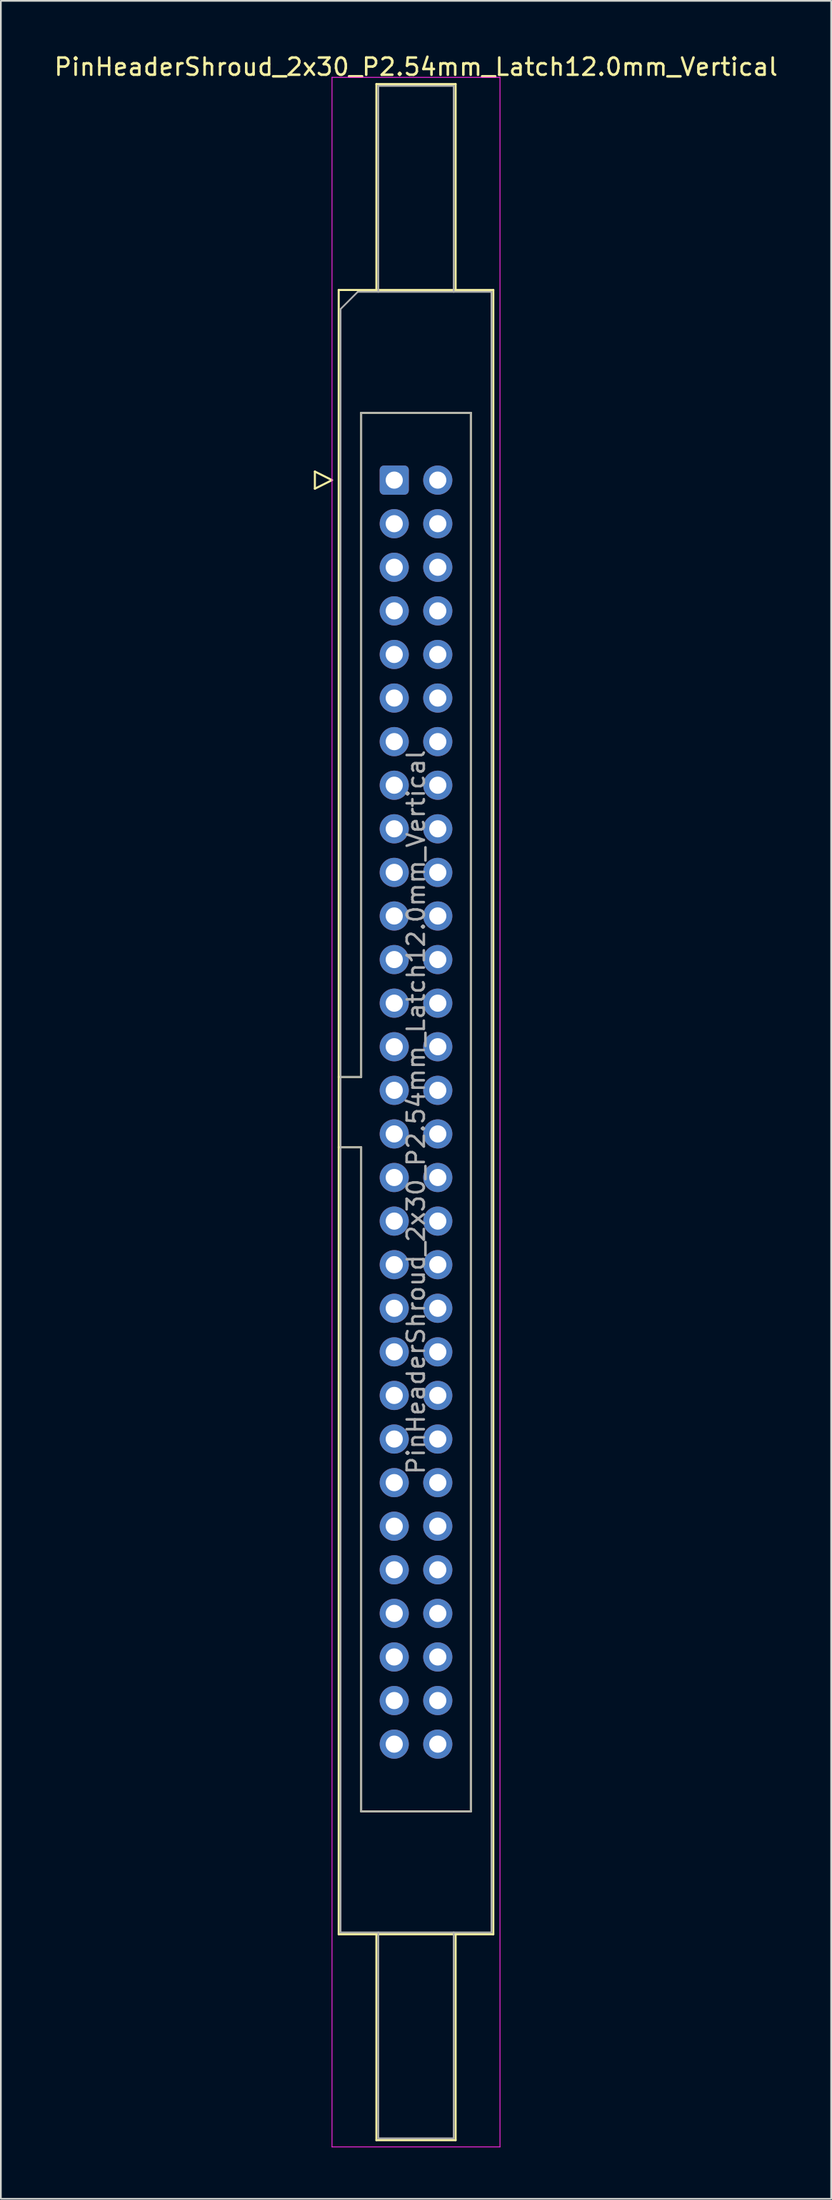
<source format=kicad_pcb>
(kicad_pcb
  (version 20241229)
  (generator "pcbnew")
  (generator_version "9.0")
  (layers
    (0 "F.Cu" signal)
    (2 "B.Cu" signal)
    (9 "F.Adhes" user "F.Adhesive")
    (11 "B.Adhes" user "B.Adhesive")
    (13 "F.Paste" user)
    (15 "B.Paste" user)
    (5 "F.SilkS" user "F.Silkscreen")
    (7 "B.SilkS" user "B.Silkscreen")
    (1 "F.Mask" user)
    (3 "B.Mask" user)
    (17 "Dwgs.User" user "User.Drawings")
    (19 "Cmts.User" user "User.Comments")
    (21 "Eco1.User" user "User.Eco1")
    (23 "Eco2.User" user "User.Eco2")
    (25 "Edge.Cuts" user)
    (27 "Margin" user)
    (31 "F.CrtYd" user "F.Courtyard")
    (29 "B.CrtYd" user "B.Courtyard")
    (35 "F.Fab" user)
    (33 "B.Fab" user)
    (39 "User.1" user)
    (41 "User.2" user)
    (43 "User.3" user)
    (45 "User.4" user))
  (footprint "PinHeaderShroud_2x30_P2.54mm_Latch12.0mm_Vertical"
    (layer "F.Cu")
    (at 19.95 24.928)
    (property "Reference" "PinHeaderShroud_2x30_P2.54mm_Latch12.0mm_Vertical" (at 1.27 -24.08 0) (layer "F.SilkS") (effects (font (size 1 1) (thickness 0.15))))
    (attr through_hole)
    (fp_line (start -4.63 -0.5) (end -4.63 0.5) (stroke (width 0.12) (type solid)) (layer "F.SilkS"))
    (fp_line (start -4.63 0.5) (end -3.63 0) (stroke (width 0.12) (type solid)) (layer "F.SilkS"))
    (fp_line (start -3.63 0) (end -4.63 -0.5) (stroke (width 0.12) (type solid)) (layer "F.SilkS"))
    (fp_line (start -3.24 -11.08) (end 5.78 -11.08) (stroke (width 0.12) (type solid)) (layer "F.SilkS"))
    (fp_line (start -3.24 34.78) (end -1.93 34.78) (stroke (width 0.12) (type solid)) (layer "F.SilkS"))
    (fp_line (start -3.24 38.88) (end -1.93 38.88) (stroke (width 0.12) (type solid)) (layer "F.SilkS"))
    (fp_line (start -3.24 84.74) (end -3.24 -11.08) (stroke (width 0.12) (type solid)) (layer "F.SilkS"))
    (fp_line (start -1.93 -3.92) (end 4.47 -3.92) (stroke (width 0.12) (type solid)) (layer "F.SilkS"))
    (fp_line (start -1.93 34.78) (end -1.93 -3.92) (stroke (width 0.12) (type solid)) (layer "F.SilkS"))
    (fp_line (start -1.93 77.58) (end -1.93 38.88) (stroke (width 0.12) (type solid)) (layer "F.SilkS"))
    (fp_line (start -1.04 -23.08) (end 3.58 -23.08) (stroke (width 0.12) (type solid)) (layer "F.SilkS"))
    (fp_line (start -1.04 -11.08) (end -1.04 -23.08) (stroke (width 0.12) (type solid)) (layer "F.SilkS"))
    (fp_line (start -1.04 84.74) (end -1.04 96.74) (stroke (width 0.12) (type solid)) (layer "F.SilkS"))
    (fp_line (start -1.04 96.74) (end 3.58 96.74) (stroke (width 0.12) (type solid)) (layer "F.SilkS"))
    (fp_line (start 3.58 -23.08) (end 3.58 -11.08) (stroke (width 0.12) (type solid)) (layer "F.SilkS"))
    (fp_line (start 3.58 96.74) (end 3.58 84.74) (stroke (width 0.12) (type solid)) (layer "F.SilkS"))
    (fp_line (start 4.47 -3.92) (end 4.47 77.58) (stroke (width 0.12) (type solid)) (layer "F.SilkS"))
    (fp_line (start 4.47 77.58) (end -1.93 77.58) (stroke (width 0.12) (type solid)) (layer "F.SilkS"))
    (fp_line (start 5.78 -11.08) (end 5.78 84.74) (stroke (width 0.12) (type solid)) (layer "F.SilkS"))
    (fp_line (start 5.78 84.74) (end -3.24 84.74) (stroke (width 0.12) (type solid)) (layer "F.SilkS"))
    (fp_line (start -3.63 -23.47) (end -3.63 97.13) (stroke (width 0.05) (type solid)) (layer "F.CrtYd"))
    (fp_line (start -3.63 97.13) (end 6.17 97.13) (stroke (width 0.05) (type solid)) (layer "F.CrtYd"))
    (fp_line (start 6.17 -23.47) (end -3.63 -23.47) (stroke (width 0.05) (type solid)) (layer "F.CrtYd"))
    (fp_line (start 6.17 97.13) (end 6.17 -23.47) (stroke (width 0.05) (type solid)) (layer "F.CrtYd"))
    (fp_line (start -3.13 -9.97) (end -2.13 -10.97) (stroke (width 0.1) (type solid)) (layer "F.Fab"))
    (fp_line (start -3.13 34.78) (end -1.93 34.78) (stroke (width 0.1) (type solid)) (layer "F.Fab"))
    (fp_line (start -3.13 38.88) (end -1.93 38.88) (stroke (width 0.1) (type solid)) (layer "F.Fab"))
    (fp_line (start -3.13 84.63) (end -3.13 -9.97) (stroke (width 0.1) (type solid)) (layer "F.Fab"))
    (fp_line (start -2.13 -10.97) (end 5.67 -10.97) (stroke (width 0.1) (type solid)) (layer "F.Fab"))
    (fp_line (start -1.93 -3.92) (end 4.47 -3.92) (stroke (width 0.1) (type solid)) (layer "F.Fab"))
    (fp_line (start -1.93 34.78) (end -1.93 -3.92) (stroke (width 0.1) (type solid)) (layer "F.Fab"))
    (fp_line (start -1.93 77.58) (end -1.93 38.88) (stroke (width 0.1) (type solid)) (layer "F.Fab"))
    (fp_line (start -0.93 -22.97) (end 3.47 -22.97) (stroke (width 0.1) (type solid)) (layer "F.Fab"))
    (fp_line (start -0.93 -10.97) (end -0.93 -22.97) (stroke (width 0.1) (type solid)) (layer "F.Fab"))
    (fp_line (start -0.93 84.63) (end -0.93 96.63) (stroke (width 0.1) (type solid)) (layer "F.Fab"))
    (fp_line (start -0.93 96.63) (end 3.47 96.63) (stroke (width 0.1) (type solid)) (layer "F.Fab"))
    (fp_line (start 3.47 -22.97) (end 3.47 -10.97) (stroke (width 0.1) (type solid)) (layer "F.Fab"))
    (fp_line (start 3.47 96.63) (end 3.47 84.63) (stroke (width 0.1) (type solid)) (layer "F.Fab"))
    (fp_line (start 4.47 -3.92) (end 4.47 77.58) (stroke (width 0.1) (type solid)) (layer "F.Fab"))
    (fp_line (start 4.47 77.58) (end -1.93 77.58) (stroke (width 0.1) (type solid)) (layer "F.Fab"))
    (fp_line (start 5.67 -10.97) (end 5.67 84.63) (stroke (width 0.1) (type solid)) (layer "F.Fab"))
    (fp_line (start 5.67 84.63) (end -3.13 84.63) (stroke (width 0.1) (type solid)) (layer "F.Fab"))
    (fp_text user "${REFERENCE}" (at 1.27 36.83 90) (layer "F.Fab") (effects (font (size 1 1) (thickness 0.15))))
    (pad "1" thru_hole roundrect (at 0 0) (size 1.7 1.7) (drill 1) (layers "*.Cu" "*.Mask") (roundrect_rratio 0.147))
    (pad "2" thru_hole circle (at 2.54 0) (size 1.7 1.7) (drill 1) (layers "*.Cu" "*.Mask"))
    (pad "3" thru_hole circle (at 0 2.54) (size 1.7 1.7) (drill 1) (layers "*.Cu" "*.Mask"))
    (pad "4" thru_hole circle (at 2.54 2.54) (size 1.7 1.7) (drill 1) (layers "*.Cu" "*.Mask"))
    (pad "5" thru_hole circle (at 0 5.08) (size 1.7 1.7) (drill 1) (layers "*.Cu" "*.Mask"))
    (pad "6" thru_hole circle (at 2.54 5.08) (size 1.7 1.7) (drill 1) (layers "*.Cu" "*.Mask"))
    (pad "7" thru_hole circle (at 0 7.62) (size 1.7 1.7) (drill 1) (layers "*.Cu" "*.Mask"))
    (pad "8" thru_hole circle (at 2.54 7.62) (size 1.7 1.7) (drill 1) (layers "*.Cu" "*.Mask"))
    (pad "9" thru_hole circle (at 0 10.16) (size 1.7 1.7) (drill 1) (layers "*.Cu" "*.Mask"))
    (pad "10" thru_hole circle (at 2.54 10.16) (size 1.7 1.7) (drill 1) (layers "*.Cu" "*.Mask"))
    (pad "11" thru_hole circle (at 0 12.7) (size 1.7 1.7) (drill 1) (layers "*.Cu" "*.Mask"))
    (pad "12" thru_hole circle (at 2.54 12.7) (size 1.7 1.7) (drill 1) (layers "*.Cu" "*.Mask"))
    (pad "13" thru_hole circle (at 0 15.24) (size 1.7 1.7) (drill 1) (layers "*.Cu" "*.Mask"))
    (pad "14" thru_hole circle (at 2.54 15.24) (size 1.7 1.7) (drill 1) (layers "*.Cu" "*.Mask"))
    (pad "15" thru_hole circle (at 0 17.78) (size 1.7 1.7) (drill 1) (layers "*.Cu" "*.Mask"))
    (pad "16" thru_hole circle (at 2.54 17.78) (size 1.7 1.7) (drill 1) (layers "*.Cu" "*.Mask"))
    (pad "17" thru_hole circle (at 0 20.32) (size 1.7 1.7) (drill 1) (layers "*.Cu" "*.Mask"))
    (pad "18" thru_hole circle (at 2.54 20.32) (size 1.7 1.7) (drill 1) (layers "*.Cu" "*.Mask"))
    (pad "19" thru_hole circle (at 0 22.86) (size 1.7 1.7) (drill 1) (layers "*.Cu" "*.Mask"))
    (pad "20" thru_hole circle (at 2.54 22.86) (size 1.7 1.7) (drill 1) (layers "*.Cu" "*.Mask"))
    (pad "21" thru_hole circle (at 0 25.4) (size 1.7 1.7) (drill 1) (layers "*.Cu" "*.Mask"))
    (pad "22" thru_hole circle (at 2.54 25.4) (size 1.7 1.7) (drill 1) (layers "*.Cu" "*.Mask"))
    (pad "23" thru_hole circle (at 0 27.94) (size 1.7 1.7) (drill 1) (layers "*.Cu" "*.Mask"))
    (pad "24" thru_hole circle (at 2.54 27.94) (size 1.7 1.7) (drill 1) (layers "*.Cu" "*.Mask"))
    (pad "25" thru_hole circle (at 0 30.48) (size 1.7 1.7) (drill 1) (layers "*.Cu" "*.Mask"))
    (pad "26" thru_hole circle (at 2.54 30.48) (size 1.7 1.7) (drill 1) (layers "*.Cu" "*.Mask"))
    (pad "27" thru_hole circle (at 0 33.02) (size 1.7 1.7) (drill 1) (layers "*.Cu" "*.Mask"))
    (pad "28" thru_hole circle (at 2.54 33.02) (size 1.7 1.7) (drill 1) (layers "*.Cu" "*.Mask"))
    (pad "29" thru_hole circle (at 0 35.56) (size 1.7 1.7) (drill 1) (layers "*.Cu" "*.Mask"))
    (pad "30" thru_hole circle (at 2.54 35.56) (size 1.7 1.7) (drill 1) (layers "*.Cu" "*.Mask"))
    (pad "31" thru_hole circle (at 0 38.1) (size 1.7 1.7) (drill 1) (layers "*.Cu" "*.Mask"))
    (pad "32" thru_hole circle (at 2.54 38.1) (size 1.7 1.7) (drill 1) (layers "*.Cu" "*.Mask"))
    (pad "33" thru_hole circle (at 0 40.64) (size 1.7 1.7) (drill 1) (layers "*.Cu" "*.Mask"))
    (pad "34" thru_hole circle (at 2.54 40.64) (size 1.7 1.7) (drill 1) (layers "*.Cu" "*.Mask"))
    (pad "35" thru_hole circle (at 0 43.18) (size 1.7 1.7) (drill 1) (layers "*.Cu" "*.Mask"))
    (pad "36" thru_hole circle (at 2.54 43.18) (size 1.7 1.7) (drill 1) (layers "*.Cu" "*.Mask"))
    (pad "37" thru_hole circle (at 0 45.72) (size 1.7 1.7) (drill 1) (layers "*.Cu" "*.Mask"))
    (pad "38" thru_hole circle (at 2.54 45.72) (size 1.7 1.7) (drill 1) (layers "*.Cu" "*.Mask"))
    (pad "39" thru_hole circle (at 0 48.26) (size 1.7 1.7) (drill 1) (layers "*.Cu" "*.Mask"))
    (pad "40" thru_hole circle (at 2.54 48.26) (size 1.7 1.7) (drill 1) (layers "*.Cu" "*.Mask"))
    (pad "41" thru_hole circle (at 0 50.8) (size 1.7 1.7) (drill 1) (layers "*.Cu" "*.Mask"))
    (pad "42" thru_hole circle (at 2.54 50.8) (size 1.7 1.7) (drill 1) (layers "*.Cu" "*.Mask"))
    (pad "43" thru_hole circle (at 0 53.34) (size 1.7 1.7) (drill 1) (layers "*.Cu" "*.Mask"))
    (pad "44" thru_hole circle (at 2.54 53.34) (size 1.7 1.7) (drill 1) (layers "*.Cu" "*.Mask"))
    (pad "45" thru_hole circle (at 0 55.88) (size 1.7 1.7) (drill 1) (layers "*.Cu" "*.Mask"))
    (pad "46" thru_hole circle (at 2.54 55.88) (size 1.7 1.7) (drill 1) (layers "*.Cu" "*.Mask"))
    (pad "47" thru_hole circle (at 0 58.42) (size 1.7 1.7) (drill 1) (layers "*.Cu" "*.Mask"))
    (pad "48" thru_hole circle (at 2.54 58.42) (size 1.7 1.7) (drill 1) (layers "*.Cu" "*.Mask"))
    (pad "49" thru_hole circle (at 0 60.96) (size 1.7 1.7) (drill 1) (layers "*.Cu" "*.Mask"))
    (pad "50" thru_hole circle (at 2.54 60.96) (size 1.7 1.7) (drill 1) (layers "*.Cu" "*.Mask"))
    (pad "51" thru_hole circle (at 0 63.5) (size 1.7 1.7) (drill 1) (layers "*.Cu" "*.Mask"))
    (pad "52" thru_hole circle (at 2.54 63.5) (size 1.7 1.7) (drill 1) (layers "*.Cu" "*.Mask"))
    (pad "53" thru_hole circle (at 0 66.04) (size 1.7 1.7) (drill 1) (layers "*.Cu" "*.Mask"))
    (pad "54" thru_hole circle (at 2.54 66.04) (size 1.7 1.7) (drill 1) (layers "*.Cu" "*.Mask"))
    (pad "55" thru_hole circle (at 0 68.58) (size 1.7 1.7) (drill 1) (layers "*.Cu" "*.Mask"))
    (pad "56" thru_hole circle (at 2.54 68.58) (size 1.7 1.7) (drill 1) (layers "*.Cu" "*.Mask"))
    (pad "57" thru_hole circle (at 0 71.12) (size 1.7 1.7) (drill 1) (layers "*.Cu" "*.Mask"))
    (pad "58" thru_hole circle (at 2.54 71.12) (size 1.7 1.7) (drill 1) (layers "*.Cu" "*.Mask"))
    (pad "59" thru_hole circle (at 0 73.66) (size 1.7 1.7) (drill 1) (layers "*.Cu" "*.Mask"))
    (pad "60" thru_hole circle (at 2.54 73.66) (size 1.7 1.7) (drill 1) (layers "*.Cu" "*.Mask")))
  (gr_rect
    (start -3 -3)
    (end 45.44 125.083)
    (stroke (width 0.1) (type default))
    (fill no)
    (layer "Edge.Cuts")))
</source>
